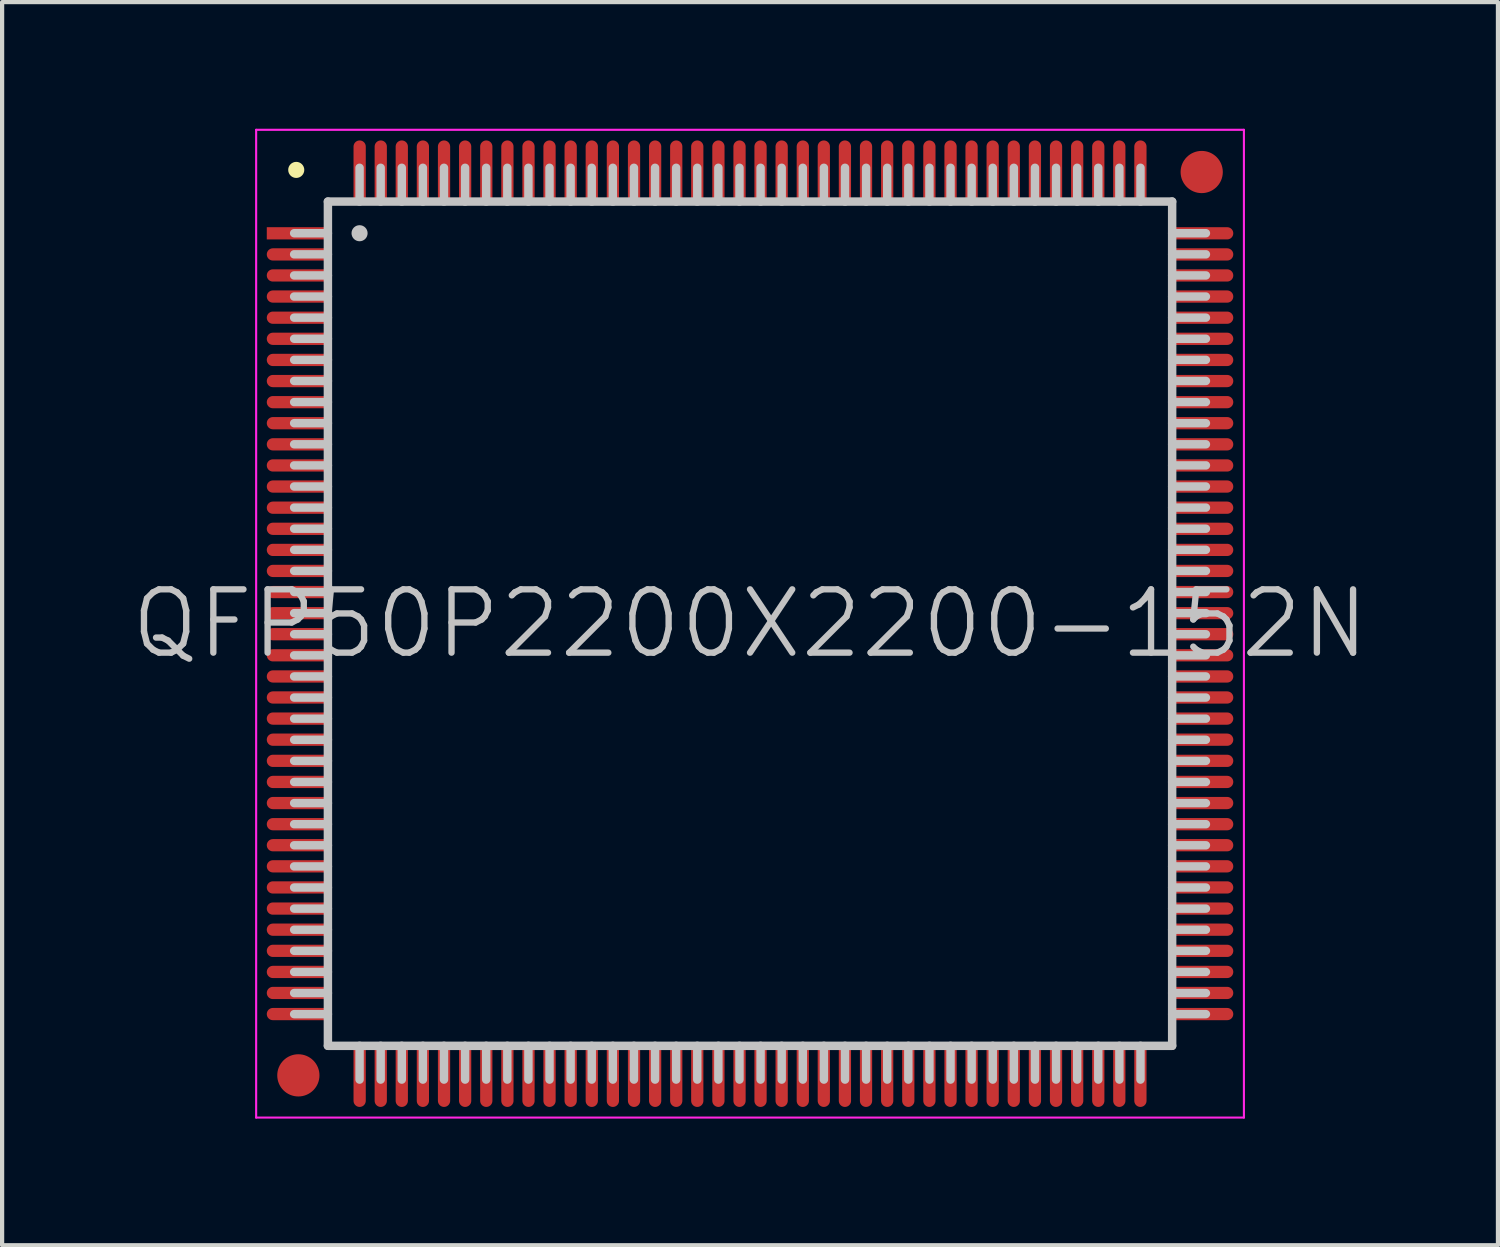
<source format=kicad_pcb>
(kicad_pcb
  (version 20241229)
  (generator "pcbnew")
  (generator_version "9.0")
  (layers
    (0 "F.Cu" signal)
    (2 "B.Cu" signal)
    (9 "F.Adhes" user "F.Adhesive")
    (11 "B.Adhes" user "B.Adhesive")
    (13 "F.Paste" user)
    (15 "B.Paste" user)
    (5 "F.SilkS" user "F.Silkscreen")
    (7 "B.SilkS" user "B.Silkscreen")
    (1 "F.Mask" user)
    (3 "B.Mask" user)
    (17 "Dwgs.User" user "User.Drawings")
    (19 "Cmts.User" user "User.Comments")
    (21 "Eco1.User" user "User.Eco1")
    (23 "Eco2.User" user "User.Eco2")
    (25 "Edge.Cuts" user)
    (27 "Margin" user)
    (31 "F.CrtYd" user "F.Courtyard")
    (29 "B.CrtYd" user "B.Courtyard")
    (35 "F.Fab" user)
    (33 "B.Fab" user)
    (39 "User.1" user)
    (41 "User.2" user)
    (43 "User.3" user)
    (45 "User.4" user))
  (footprint "QFP50P2200X2200-152N"
    (layer "F.Cu")
    (at 14.718 11.725)
    (property "Reference" "QFP50P2200X2200-152N" (at 0 0 0) (layer "Dwgs.User") (effects (font (size 1.5 1.5) (thickness 0.15))))
    (attr smd)
    (fp_line (start -10.75 -10.75) (end -10.75 -10.75) (stroke (width 0.381) (type solid)) (layer "F.SilkS"))
    (fp_line (start -10 -10) (end -10 10) (stroke (width 0.2) (type solid)) (layer "Dwgs.User"))
    (fp_line (start -10 -10) (end 10 -10) (stroke (width 0.2) (type solid)) (layer "Dwgs.User"))
    (fp_line (start -10 -9.25) (end -10.8 -9.25) (stroke (width 0.2) (type solid)) (layer "Dwgs.User"))
    (fp_line (start -10 -8.75) (end -10.8 -8.75) (stroke (width 0.2) (type solid)) (layer "Dwgs.User"))
    (fp_line (start -10 -8.25) (end -10.8 -8.25) (stroke (width 0.2) (type solid)) (layer "Dwgs.User"))
    (fp_line (start -10 -7.75) (end -10.8 -7.75) (stroke (width 0.2) (type solid)) (layer "Dwgs.User"))
    (fp_line (start -10 -7.25) (end -10.8 -7.25) (stroke (width 0.2) (type solid)) (layer "Dwgs.User"))
    (fp_line (start -10 -6.75) (end -10.8 -6.75) (stroke (width 0.2) (type solid)) (layer "Dwgs.User"))
    (fp_line (start -10 -6.25) (end -10.8 -6.25) (stroke (width 0.2) (type solid)) (layer "Dwgs.User"))
    (fp_line (start -10 -5.75) (end -10.8 -5.75) (stroke (width 0.2) (type solid)) (layer "Dwgs.User"))
    (fp_line (start -10 -5.25) (end -10.8 -5.25) (stroke (width 0.2) (type solid)) (layer "Dwgs.User"))
    (fp_line (start -10 -4.75) (end -10.8 -4.75) (stroke (width 0.2) (type solid)) (layer "Dwgs.User"))
    (fp_line (start -10 -4.25) (end -10.8 -4.25) (stroke (width 0.2) (type solid)) (layer "Dwgs.User"))
    (fp_line (start -10 -3.75) (end -10.8 -3.75) (stroke (width 0.2) (type solid)) (layer "Dwgs.User"))
    (fp_line (start -10 -3.25) (end -10.8 -3.25) (stroke (width 0.2) (type solid)) (layer "Dwgs.User"))
    (fp_line (start -10 -2.75) (end -10.8 -2.75) (stroke (width 0.2) (type solid)) (layer "Dwgs.User"))
    (fp_line (start -10 -2.25) (end -10.8 -2.25) (stroke (width 0.2) (type solid)) (layer "Dwgs.User"))
    (fp_line (start -10 -1.75) (end -10.8 -1.75) (stroke (width 0.2) (type solid)) (layer "Dwgs.User"))
    (fp_line (start -10 -1.25) (end -10.8 -1.25) (stroke (width 0.2) (type solid)) (layer "Dwgs.User"))
    (fp_line (start -10 -0.75) (end -10.8 -0.75) (stroke (width 0.2) (type solid)) (layer "Dwgs.User"))
    (fp_line (start -10 -0.25) (end -10.8 -0.25) (stroke (width 0.2) (type solid)) (layer "Dwgs.User"))
    (fp_line (start -10 0.25) (end -10.8 0.25) (stroke (width 0.2) (type solid)) (layer "Dwgs.User"))
    (fp_line (start -10 0.75) (end -10.8 0.75) (stroke (width 0.2) (type solid)) (layer "Dwgs.User"))
    (fp_line (start -10 1.25) (end -10.8 1.25) (stroke (width 0.2) (type solid)) (layer "Dwgs.User"))
    (fp_line (start -10 1.75) (end -10.8 1.75) (stroke (width 0.2) (type solid)) (layer "Dwgs.User"))
    (fp_line (start -10 2.25) (end -10.8 2.25) (stroke (width 0.2) (type solid)) (layer "Dwgs.User"))
    (fp_line (start -10 2.75) (end -10.8 2.75) (stroke (width 0.2) (type solid)) (layer "Dwgs.User"))
    (fp_line (start -10 3.25) (end -10.8 3.25) (stroke (width 0.2) (type solid)) (layer "Dwgs.User"))
    (fp_line (start -10 3.75) (end -10.8 3.75) (stroke (width 0.2) (type solid)) (layer "Dwgs.User"))
    (fp_line (start -10 4.25) (end -10.8 4.25) (stroke (width 0.2) (type solid)) (layer "Dwgs.User"))
    (fp_line (start -10 4.75) (end -10.8 4.75) (stroke (width 0.2) (type solid)) (layer "Dwgs.User"))
    (fp_line (start -10 5.25) (end -10.8 5.25) (stroke (width 0.2) (type solid)) (layer "Dwgs.User"))
    (fp_line (start -10 5.75) (end -10.8 5.75) (stroke (width 0.2) (type solid)) (layer "Dwgs.User"))
    (fp_line (start -10 6.25) (end -10.8 6.25) (stroke (width 0.2) (type solid)) (layer "Dwgs.User"))
    (fp_line (start -10 6.75) (end -10.8 6.75) (stroke (width 0.2) (type solid)) (layer "Dwgs.User"))
    (fp_line (start -10 7.25) (end -10.8 7.25) (stroke (width 0.2) (type solid)) (layer "Dwgs.User"))
    (fp_line (start -10 7.75) (end -10.8 7.75) (stroke (width 0.2) (type solid)) (layer "Dwgs.User"))
    (fp_line (start -10 8.25) (end -10.8 8.25) (stroke (width 0.2) (type solid)) (layer "Dwgs.User"))
    (fp_line (start -10 8.75) (end -10.8 8.75) (stroke (width 0.2) (type solid)) (layer "Dwgs.User"))
    (fp_line (start -10 9.25) (end -10.8 9.25) (stroke (width 0.2) (type solid)) (layer "Dwgs.User"))
    (fp_line (start -10 10) (end 10 10) (stroke (width 0.2) (type solid)) (layer "Dwgs.User"))
    (fp_line (start -9.25 -10) (end -9.25 -10.8) (stroke (width 0.2) (type solid)) (layer "Dwgs.User"))
    (fp_line (start -9.25 -9.25) (end -9.25 -9.25) (stroke (width 0.381) (type solid)) (layer "Dwgs.User"))
    (fp_line (start -9.25 10.8) (end -9.25 10) (stroke (width 0.2) (type solid)) (layer "Dwgs.User"))
    (fp_line (start -8.75 -10) (end -8.75 -10.8) (stroke (width 0.2) (type solid)) (layer "Dwgs.User"))
    (fp_line (start -8.75 10.8) (end -8.75 10) (stroke (width 0.2) (type solid)) (layer "Dwgs.User"))
    (fp_line (start -8.25 -10) (end -8.25 -10.8) (stroke (width 0.2) (type solid)) (layer "Dwgs.User"))
    (fp_line (start -8.25 10.8) (end -8.25 10) (stroke (width 0.2) (type solid)) (layer "Dwgs.User"))
    (fp_line (start -7.75 -10) (end -7.75 -10.8) (stroke (width 0.2) (type solid)) (layer "Dwgs.User"))
    (fp_line (start -7.75 10.8) (end -7.75 10) (stroke (width 0.2) (type solid)) (layer "Dwgs.User"))
    (fp_line (start -7.25 -10) (end -7.25 -10.8) (stroke (width 0.2) (type solid)) (layer "Dwgs.User"))
    (fp_line (start -7.25 10.8) (end -7.25 10) (stroke (width 0.2) (type solid)) (layer "Dwgs.User"))
    (fp_line (start -6.75 -10) (end -6.75 -10.8) (stroke (width 0.2) (type solid)) (layer "Dwgs.User"))
    (fp_line (start -6.75 10.8) (end -6.75 10) (stroke (width 0.2) (type solid)) (layer "Dwgs.User"))
    (fp_line (start -6.25 -10) (end -6.25 -10.8) (stroke (width 0.2) (type solid)) (layer "Dwgs.User"))
    (fp_line (start -6.25 10.8) (end -6.25 10) (stroke (width 0.2) (type solid)) (layer "Dwgs.User"))
    (fp_line (start -5.75 -10) (end -5.75 -10.8) (stroke (width 0.2) (type solid)) (layer "Dwgs.User"))
    (fp_line (start -5.75 10.8) (end -5.75 10) (stroke (width 0.2) (type solid)) (layer "Dwgs.User"))
    (fp_line (start -5.25 -10) (end -5.25 -10.8) (stroke (width 0.2) (type solid)) (layer "Dwgs.User"))
    (fp_line (start -5.25 10.8) (end -5.25 10) (stroke (width 0.2) (type solid)) (layer "Dwgs.User"))
    (fp_line (start -4.75 -10) (end -4.75 -10.8) (stroke (width 0.2) (type solid)) (layer "Dwgs.User"))
    (fp_line (start -4.75 10.8) (end -4.75 10) (stroke (width 0.2) (type solid)) (layer "Dwgs.User"))
    (fp_line (start -4.25 -10) (end -4.25 -10.8) (stroke (width 0.2) (type solid)) (layer "Dwgs.User"))
    (fp_line (start -4.25 10.8) (end -4.25 10) (stroke (width 0.2) (type solid)) (layer "Dwgs.User"))
    (fp_line (start -3.75 -10) (end -3.75 -10.8) (stroke (width 0.2) (type solid)) (layer "Dwgs.User"))
    (fp_line (start -3.75 10.8) (end -3.75 10) (stroke (width 0.2) (type solid)) (layer "Dwgs.User"))
    (fp_line (start -3.25 -10) (end -3.25 -10.8) (stroke (width 0.2) (type solid)) (layer "Dwgs.User"))
    (fp_line (start -3.25 10.8) (end -3.25 10) (stroke (width 0.2) (type solid)) (layer "Dwgs.User"))
    (fp_line (start -2.75 -10) (end -2.75 -10.8) (stroke (width 0.2) (type solid)) (layer "Dwgs.User"))
    (fp_line (start -2.75 10.8) (end -2.75 10) (stroke (width 0.2) (type solid)) (layer "Dwgs.User"))
    (fp_line (start -2.25 -10) (end -2.25 -10.8) (stroke (width 0.2) (type solid)) (layer "Dwgs.User"))
    (fp_line (start -2.25 10.8) (end -2.25 10) (stroke (width 0.2) (type solid)) (layer "Dwgs.User"))
    (fp_line (start -1.75 -10) (end -1.75 -10.8) (stroke (width 0.2) (type solid)) (layer "Dwgs.User"))
    (fp_line (start -1.75 10.8) (end -1.75 10) (stroke (width 0.2) (type solid)) (layer "Dwgs.User"))
    (fp_line (start -1.25 -10) (end -1.25 -10.8) (stroke (width 0.2) (type solid)) (layer "Dwgs.User"))
    (fp_line (start -1.25 10.8) (end -1.25 10) (stroke (width 0.2) (type solid)) (layer "Dwgs.User"))
    (fp_line (start -0.75 -10) (end -0.75 -10.8) (stroke (width 0.2) (type solid)) (layer "Dwgs.User"))
    (fp_line (start -0.75 10.8) (end -0.75 10) (stroke (width 0.2) (type solid)) (layer "Dwgs.User"))
    (fp_line (start -0.25 -10) (end -0.25 -10.8) (stroke (width 0.2) (type solid)) (layer "Dwgs.User"))
    (fp_line (start -0.25 10.8) (end -0.25 10) (stroke (width 0.2) (type solid)) (layer "Dwgs.User"))
    (fp_line (start 0.25 -10) (end 0.25 -10.8) (stroke (width 0.2) (type solid)) (layer "Dwgs.User"))
    (fp_line (start 0.25 10.8) (end 0.25 10) (stroke (width 0.2) (type solid)) (layer "Dwgs.User"))
    (fp_line (start 0.75 -10) (end 0.75 -10.8) (stroke (width 0.2) (type solid)) (layer "Dwgs.User"))
    (fp_line (start 0.75 10.8) (end 0.75 10) (stroke (width 0.2) (type solid)) (layer "Dwgs.User"))
    (fp_line (start 1.25 -10) (end 1.25 -10.8) (stroke (width 0.2) (type solid)) (layer "Dwgs.User"))
    (fp_line (start 1.25 10.8) (end 1.25 10) (stroke (width 0.2) (type solid)) (layer "Dwgs.User"))
    (fp_line (start 1.75 -10) (end 1.75 -10.8) (stroke (width 0.2) (type solid)) (layer "Dwgs.User"))
    (fp_line (start 1.75 10.8) (end 1.75 10) (stroke (width 0.2) (type solid)) (layer "Dwgs.User"))
    (fp_line (start 2.25 -10) (end 2.25 -10.8) (stroke (width 0.2) (type solid)) (layer "Dwgs.User"))
    (fp_line (start 2.25 10.8) (end 2.25 10) (stroke (width 0.2) (type solid)) (layer "Dwgs.User"))
    (fp_line (start 2.75 -10) (end 2.75 -10.8) (stroke (width 0.2) (type solid)) (layer "Dwgs.User"))
    (fp_line (start 2.75 10.8) (end 2.75 10) (stroke (width 0.2) (type solid)) (layer "Dwgs.User"))
    (fp_line (start 3.25 -10) (end 3.25 -10.8) (stroke (width 0.2) (type solid)) (layer "Dwgs.User"))
    (fp_line (start 3.25 10.8) (end 3.25 10) (stroke (width 0.2) (type solid)) (layer "Dwgs.User"))
    (fp_line (start 3.75 -10) (end 3.75 -10.8) (stroke (width 0.2) (type solid)) (layer "Dwgs.User"))
    (fp_line (start 3.75 10.8) (end 3.75 10) (stroke (width 0.2) (type solid)) (layer "Dwgs.User"))
    (fp_line (start 4.25 -10) (end 4.25 -10.8) (stroke (width 0.2) (type solid)) (layer "Dwgs.User"))
    (fp_line (start 4.25 10.8) (end 4.25 10) (stroke (width 0.2) (type solid)) (layer "Dwgs.User"))
    (fp_line (start 4.75 -10) (end 4.75 -10.8) (stroke (width 0.2) (type solid)) (layer "Dwgs.User"))
    (fp_line (start 4.75 10.8) (end 4.75 10) (stroke (width 0.2) (type solid)) (layer "Dwgs.User"))
    (fp_line (start 5.25 -10) (end 5.25 -10.8) (stroke (width 0.2) (type solid)) (layer "Dwgs.User"))
    (fp_line (start 5.25 10.8) (end 5.25 10) (stroke (width 0.2) (type solid)) (layer "Dwgs.User"))
    (fp_line (start 5.75 -10) (end 5.75 -10.8) (stroke (width 0.2) (type solid)) (layer "Dwgs.User"))
    (fp_line (start 5.75 10.8) (end 5.75 10) (stroke (width 0.2) (type solid)) (layer "Dwgs.User"))
    (fp_line (start 6.25 -10) (end 6.25 -10.8) (stroke (width 0.2) (type solid)) (layer "Dwgs.User"))
    (fp_line (start 6.25 10.8) (end 6.25 10) (stroke (width 0.2) (type solid)) (layer "Dwgs.User"))
    (fp_line (start 6.75 -10) (end 6.75 -10.8) (stroke (width 0.2) (type solid)) (layer "Dwgs.User"))
    (fp_line (start 6.75 10.8) (end 6.75 10) (stroke (width 0.2) (type solid)) (layer "Dwgs.User"))
    (fp_line (start 7.25 -10) (end 7.25 -10.8) (stroke (width 0.2) (type solid)) (layer "Dwgs.User"))
    (fp_line (start 7.25 10.8) (end 7.25 10) (stroke (width 0.2) (type solid)) (layer "Dwgs.User"))
    (fp_line (start 7.75 -10) (end 7.75 -10.8) (stroke (width 0.2) (type solid)) (layer "Dwgs.User"))
    (fp_line (start 7.75 10.8) (end 7.75 10) (stroke (width 0.2) (type solid)) (layer "Dwgs.User"))
    (fp_line (start 8.25 -10) (end 8.25 -10.8) (stroke (width 0.2) (type solid)) (layer "Dwgs.User"))
    (fp_line (start 8.25 10.8) (end 8.25 10) (stroke (width 0.2) (type solid)) (layer "Dwgs.User"))
    (fp_line (start 8.75 -10) (end 8.75 -10.8) (stroke (width 0.2) (type solid)) (layer "Dwgs.User"))
    (fp_line (start 8.75 10.8) (end 8.75 10) (stroke (width 0.2) (type solid)) (layer "Dwgs.User"))
    (fp_line (start 9.25 -10) (end 9.25 -10.8) (stroke (width 0.2) (type solid)) (layer "Dwgs.User"))
    (fp_line (start 9.25 10.8) (end 9.25 10) (stroke (width 0.2) (type solid)) (layer "Dwgs.User"))
    (fp_line (start 10 -10) (end 10 10) (stroke (width 0.2) (type solid)) (layer "Dwgs.User"))
    (fp_line (start 10.8 -9.25) (end 10 -9.25) (stroke (width 0.2) (type solid)) (layer "Dwgs.User"))
    (fp_line (start 10.8 -8.75) (end 10 -8.75) (stroke (width 0.2) (type solid)) (layer "Dwgs.User"))
    (fp_line (start 10.8 -8.25) (end 10 -8.25) (stroke (width 0.2) (type solid)) (layer "Dwgs.User"))
    (fp_line (start 10.8 -7.75) (end 10 -7.75) (stroke (width 0.2) (type solid)) (layer "Dwgs.User"))
    (fp_line (start 10.8 -7.25) (end 10 -7.25) (stroke (width 0.2) (type solid)) (layer "Dwgs.User"))
    (fp_line (start 10.8 -6.75) (end 10 -6.75) (stroke (width 0.2) (type solid)) (layer "Dwgs.User"))
    (fp_line (start 10.8 -6.25) (end 10 -6.25) (stroke (width 0.2) (type solid)) (layer "Dwgs.User"))
    (fp_line (start 10.8 -5.75) (end 10 -5.75) (stroke (width 0.2) (type solid)) (layer "Dwgs.User"))
    (fp_line (start 10.8 -5.25) (end 10 -5.25) (stroke (width 0.2) (type solid)) (layer "Dwgs.User"))
    (fp_line (start 10.8 -4.75) (end 10 -4.75) (stroke (width 0.2) (type solid)) (layer "Dwgs.User"))
    (fp_line (start 10.8 -4.25) (end 10 -4.25) (stroke (width 0.2) (type solid)) (layer "Dwgs.User"))
    (fp_line (start 10.8 -3.75) (end 10 -3.75) (stroke (width 0.2) (type solid)) (layer "Dwgs.User"))
    (fp_line (start 10.8 -3.25) (end 10 -3.25) (stroke (width 0.2) (type solid)) (layer "Dwgs.User"))
    (fp_line (start 10.8 -2.75) (end 10 -2.75) (stroke (width 0.2) (type solid)) (layer "Dwgs.User"))
    (fp_line (start 10.8 -2.25) (end 10 -2.25) (stroke (width 0.2) (type solid)) (layer "Dwgs.User"))
    (fp_line (start 10.8 -1.75) (end 10 -1.75) (stroke (width 0.2) (type solid)) (layer "Dwgs.User"))
    (fp_line (start 10.8 -1.25) (end 10 -1.25) (stroke (width 0.2) (type solid)) (layer "Dwgs.User"))
    (fp_line (start 10.8 -0.75) (end 10 -0.75) (stroke (width 0.2) (type solid)) (layer "Dwgs.User"))
    (fp_line (start 10.8 -0.25) (end 10 -0.25) (stroke (width 0.2) (type solid)) (layer "Dwgs.User"))
    (fp_line (start 10.8 0.25) (end 10 0.25) (stroke (width 0.2) (type solid)) (layer "Dwgs.User"))
    (fp_line (start 10.8 0.75) (end 10 0.75) (stroke (width 0.2) (type solid)) (layer "Dwgs.User"))
    (fp_line (start 10.8 1.25) (end 10 1.25) (stroke (width 0.2) (type solid)) (layer "Dwgs.User"))
    (fp_line (start 10.8 1.75) (end 10 1.75) (stroke (width 0.2) (type solid)) (layer "Dwgs.User"))
    (fp_line (start 10.8 2.25) (end 10 2.25) (stroke (width 0.2) (type solid)) (layer "Dwgs.User"))
    (fp_line (start 10.8 2.75) (end 10 2.75) (stroke (width 0.2) (type solid)) (layer "Dwgs.User"))
    (fp_line (start 10.8 3.25) (end 10 3.25) (stroke (width 0.2) (type solid)) (layer "Dwgs.User"))
    (fp_line (start 10.8 3.75) (end 10 3.75) (stroke (width 0.2) (type solid)) (layer "Dwgs.User"))
    (fp_line (start 10.8 4.25) (end 10 4.25) (stroke (width 0.2) (type solid)) (layer "Dwgs.User"))
    (fp_line (start 10.8 4.75) (end 10 4.75) (stroke (width 0.2) (type solid)) (layer "Dwgs.User"))
    (fp_line (start 10.8 5.25) (end 10 5.25) (stroke (width 0.2) (type solid)) (layer "Dwgs.User"))
    (fp_line (start 10.8 5.75) (end 10 5.75) (stroke (width 0.2) (type solid)) (layer "Dwgs.User"))
    (fp_line (start 10.8 6.25) (end 10 6.25) (stroke (width 0.2) (type solid)) (layer "Dwgs.User"))
    (fp_line (start 10.8 6.75) (end 10 6.75) (stroke (width 0.2) (type solid)) (layer "Dwgs.User"))
    (fp_line (start 10.8 7.25) (end 10 7.25) (stroke (width 0.2) (type solid)) (layer "Dwgs.User"))
    (fp_line (start 10.8 7.75) (end 10 7.75) (stroke (width 0.2) (type solid)) (layer "Dwgs.User"))
    (fp_line (start 10.8 8.25) (end 10 8.25) (stroke (width 0.2) (type solid)) (layer "Dwgs.User"))
    (fp_line (start 10.8 8.75) (end 10 8.75) (stroke (width 0.2) (type solid)) (layer "Dwgs.User"))
    (fp_line (start 10.8 9.25) (end 10 9.25) (stroke (width 0.2) (type solid)) (layer "Dwgs.User"))
    (fp_line (start -11.7 -11.7) (end -11.7 11.7) (stroke (width 0.05) (type solid)) (layer "F.CrtYd"))
    (fp_line (start -11.7 -11.7) (end 11.7 -11.7) (stroke (width 0.05) (type solid)) (layer "F.CrtYd"))
    (fp_line (start -11.7 11.7) (end 11.7 11.7) (stroke (width 0.05) (type solid)) (layer "F.CrtYd"))
    (fp_line (start 11.7 -11.7) (end 11.7 11.7) (stroke (width 0.05) (type solid)) (layer "F.CrtYd"))
    (pad "" smd circle (at -10.7 10.7) (size 1 1) (layers "F.Cu" "F.Mask"))
    (pad "" smd circle (at 10.7 -10.7) (size 1 1) (layers "F.Cu" "F.Mask"))
    (pad "1" smd rect (at -10.698 -9.248 90) (size 0.29 1.5) (layers "F.Cu" "F.Mask" "F.Paste"))
    (pad "2" smd oval (at -10.698 -8.748 90) (size 0.29 1.5) (layers "F.Cu" "F.Mask" "F.Paste"))
    (pad "3" smd oval (at -10.698 -8.25 90) (size 0.29 1.5) (layers "F.Cu" "F.Mask" "F.Paste"))
    (pad "4" smd oval (at -10.698 -7.75 90) (size 0.29 1.5) (layers "F.Cu" "F.Mask" "F.Paste"))
    (pad "5" smd oval (at -10.698 -7.249 90) (size 0.29 1.5) (layers "F.Cu" "F.Mask" "F.Paste"))
    (pad "6" smd oval (at -10.698 -6.749 90) (size 0.29 1.5) (layers "F.Cu" "F.Mask" "F.Paste"))
    (pad "7" smd oval (at -10.698 -6.248 90) (size 0.29 1.5) (layers "F.Cu" "F.Mask" "F.Paste"))
    (pad "8" smd oval (at -10.698 -5.748 90) (size 0.29 1.5) (layers "F.Cu" "F.Mask" "F.Paste"))
    (pad "9" smd oval (at -10.698 -5.248 90) (size 0.29 1.5) (layers "F.Cu" "F.Mask" "F.Paste"))
    (pad "10" smd oval (at -10.698 -4.75 90) (size 0.29 1.5) (layers "F.Cu" "F.Mask" "F.Paste"))
    (pad "11" smd oval (at -10.698 -4.249 90) (size 0.29 1.5) (layers "F.Cu" "F.Mask" "F.Paste"))
    (pad "12" smd oval (at -10.698 -3.749 90) (size 0.29 1.5) (layers "F.Cu" "F.Mask" "F.Paste"))
    (pad "13" smd oval (at -10.698 -3.249 90) (size 0.29 1.5) (layers "F.Cu" "F.Mask" "F.Paste"))
    (pad "14" smd oval (at -10.698 -2.748 90) (size 0.29 1.5) (layers "F.Cu" "F.Mask" "F.Paste"))
    (pad "15" smd oval (at -10.698 -2.248 90) (size 0.29 1.5) (layers "F.Cu" "F.Mask" "F.Paste"))
    (pad "16" smd oval (at -10.698 -1.748 90) (size 0.29 1.5) (layers "F.Cu" "F.Mask" "F.Paste"))
    (pad "17" smd oval (at -10.698 -1.25 90) (size 0.29 1.5) (layers "F.Cu" "F.Mask" "F.Paste"))
    (pad "18" smd oval (at -10.698 -0.749 90) (size 0.29 1.5) (layers "F.Cu" "F.Mask" "F.Paste"))
    (pad "19" smd oval (at -10.698 -0.249 90) (size 0.29 1.5) (layers "F.Cu" "F.Mask" "F.Paste"))
    (pad "20" smd oval (at -10.698 0.249 90) (size 0.29 1.5) (layers "F.Cu" "F.Mask" "F.Paste"))
    (pad "21" smd oval (at -10.698 0.749 90) (size 0.29 1.5) (layers "F.Cu" "F.Mask" "F.Paste"))
    (pad "22" smd oval (at -10.698 1.25 90) (size 0.29 1.5) (layers "F.Cu" "F.Mask" "F.Paste"))
    (pad "23" smd oval (at -10.698 1.748 90) (size 0.29 1.5) (layers "F.Cu" "F.Mask" "F.Paste"))
    (pad "24" smd oval (at -10.698 2.248 90) (size 0.29 1.5) (layers "F.Cu" "F.Mask" "F.Paste"))
    (pad "25" smd oval (at -10.698 2.748 90) (size 0.29 1.5) (layers "F.Cu" "F.Mask" "F.Paste"))
    (pad "26" smd oval (at -10.698 3.249 90) (size 0.29 1.5) (layers "F.Cu" "F.Mask" "F.Paste"))
    (pad "27" smd oval (at -10.698 3.749 90) (size 0.29 1.5) (layers "F.Cu" "F.Mask" "F.Paste"))
    (pad "28" smd oval (at -10.698 4.249 90) (size 0.29 1.5) (layers "F.Cu" "F.Mask" "F.Paste"))
    (pad "29" smd oval (at -10.698 4.75 90) (size 0.29 1.5) (layers "F.Cu" "F.Mask" "F.Paste"))
    (pad "30" smd oval (at -10.698 5.248 90) (size 0.29 1.5) (layers "F.Cu" "F.Mask" "F.Paste"))
    (pad "31" smd oval (at -10.698 5.748 90) (size 0.29 1.5) (layers "F.Cu" "F.Mask" "F.Paste"))
    (pad "32" smd oval (at -10.698 6.248 90) (size 0.29 1.5) (layers "F.Cu" "F.Mask" "F.Paste"))
    (pad "33" smd oval (at -10.698 6.749 90) (size 0.29 1.5) (layers "F.Cu" "F.Mask" "F.Paste"))
    (pad "34" smd oval (at -10.698 7.249 90) (size 0.29 1.5) (layers "F.Cu" "F.Mask" "F.Paste"))
    (pad "35" smd oval (at -10.698 7.75 90) (size 0.29 1.5) (layers "F.Cu" "F.Mask" "F.Paste"))
    (pad "36" smd oval (at -10.698 8.25 90) (size 0.29 1.5) (layers "F.Cu" "F.Mask" "F.Paste"))
    (pad "37" smd oval (at -10.698 8.748 90) (size 0.29 1.5) (layers "F.Cu" "F.Mask" "F.Paste"))
    (pad "38" smd oval (at -10.698 9.248 90) (size 0.29 1.5) (layers "F.Cu" "F.Mask" "F.Paste"))
    (pad "39" smd oval (at -9.248 10.698 180) (size 0.29 1.5) (layers "F.Cu" "F.Mask" "F.Paste"))
    (pad "40" smd oval (at -8.748 10.698 180) (size 0.29 1.5) (layers "F.Cu" "F.Mask" "F.Paste"))
    (pad "41" smd oval (at -8.25 10.698 180) (size 0.29 1.5) (layers "F.Cu" "F.Mask" "F.Paste"))
    (pad "42" smd oval (at -7.75 10.698 180) (size 0.29 1.5) (layers "F.Cu" "F.Mask" "F.Paste"))
    (pad "43" smd oval (at -7.249 10.698 180) (size 0.29 1.5) (layers "F.Cu" "F.Mask" "F.Paste"))
    (pad "44" smd oval (at -6.749 10.698 180) (size 0.29 1.5) (layers "F.Cu" "F.Mask" "F.Paste"))
    (pad "45" smd oval (at -6.248 10.698 180) (size 0.29 1.5) (layers "F.Cu" "F.Mask" "F.Paste"))
    (pad "46" smd oval (at -5.748 10.698 180) (size 0.29 1.5) (layers "F.Cu" "F.Mask" "F.Paste"))
    (pad "47" smd oval (at -5.248 10.698 180) (size 0.29 1.5) (layers "F.Cu" "F.Mask" "F.Paste"))
    (pad "48" smd oval (at -4.75 10.698 180) (size 0.29 1.5) (layers "F.Cu" "F.Mask" "F.Paste"))
    (pad "49" smd oval (at -4.249 10.698 180) (size 0.29 1.5) (layers "F.Cu" "F.Mask" "F.Paste"))
    (pad "50" smd oval (at -3.749 10.698 180) (size 0.29 1.5) (layers "F.Cu" "F.Mask" "F.Paste"))
    (pad "51" smd oval (at -3.249 10.698 180) (size 0.29 1.5) (layers "F.Cu" "F.Mask" "F.Paste"))
    (pad "52" smd oval (at -2.748 10.698 180) (size 0.29 1.5) (layers "F.Cu" "F.Mask" "F.Paste"))
    (pad "53" smd oval (at -2.248 10.698 180) (size 0.29 1.5) (layers "F.Cu" "F.Mask" "F.Paste"))
    (pad "54" smd oval (at -1.748 10.698 180) (size 0.29 1.5) (layers "F.Cu" "F.Mask" "F.Paste"))
    (pad "55" smd oval (at -1.25 10.698 180) (size 0.29 1.5) (layers "F.Cu" "F.Mask" "F.Paste"))
    (pad "56" smd oval (at -0.749 10.698 180) (size 0.29 1.5) (layers "F.Cu" "F.Mask" "F.Paste"))
    (pad "57" smd oval (at -0.249 10.698 180) (size 0.29 1.5) (layers "F.Cu" "F.Mask" "F.Paste"))
    (pad "58" smd oval (at 0.249 10.698 180) (size 0.29 1.5) (layers "F.Cu" "F.Mask" "F.Paste"))
    (pad "59" smd oval (at 0.749 10.698 180) (size 0.29 1.5) (layers "F.Cu" "F.Mask" "F.Paste"))
    (pad "60" smd oval (at 1.25 10.698 180) (size 0.29 1.5) (layers "F.Cu" "F.Mask" "F.Paste"))
    (pad "61" smd oval (at 1.748 10.698 180) (size 0.29 1.5) (layers "F.Cu" "F.Mask" "F.Paste"))
    (pad "62" smd oval (at 2.248 10.698 180) (size 0.29 1.5) (layers "F.Cu" "F.Mask" "F.Paste"))
    (pad "63" smd oval (at 2.748 10.698 180) (size 0.29 1.5) (layers "F.Cu" "F.Mask" "F.Paste"))
    (pad "64" smd oval (at 3.249 10.698 180) (size 0.29 1.5) (layers "F.Cu" "F.Mask" "F.Paste"))
    (pad "65" smd oval (at 3.749 10.698 180) (size 0.29 1.5) (layers "F.Cu" "F.Mask" "F.Paste"))
    (pad "66" smd oval (at 4.249 10.698 180) (size 0.29 1.5) (layers "F.Cu" "F.Mask" "F.Paste"))
    (pad "67" smd oval (at 4.75 10.698 180) (size 0.29 1.5) (layers "F.Cu" "F.Mask" "F.Paste"))
    (pad "68" smd oval (at 5.248 10.698 180) (size 0.29 1.5) (layers "F.Cu" "F.Mask" "F.Paste"))
    (pad "69" smd oval (at 5.748 10.698 180) (size 0.29 1.5) (layers "F.Cu" "F.Mask" "F.Paste"))
    (pad "70" smd oval (at 6.248 10.698 180) (size 0.29 1.5) (layers "F.Cu" "F.Mask" "F.Paste"))
    (pad "71" smd oval (at 6.749 10.698 180) (size 0.29 1.5) (layers "F.Cu" "F.Mask" "F.Paste"))
    (pad "72" smd oval (at 7.249 10.698 180) (size 0.29 1.5) (layers "F.Cu" "F.Mask" "F.Paste"))
    (pad "73" smd oval (at 7.75 10.698 180) (size 0.29 1.5) (layers "F.Cu" "F.Mask" "F.Paste"))
    (pad "74" smd oval (at 8.25 10.698 180) (size 0.29 1.5) (layers "F.Cu" "F.Mask" "F.Paste"))
    (pad "75" smd oval (at 8.748 10.698 180) (size 0.29 1.5) (layers "F.Cu" "F.Mask" "F.Paste"))
    (pad "76" smd oval (at 9.248 10.698 180) (size 0.29 1.5) (layers "F.Cu" "F.Mask" "F.Paste"))
    (pad "77" smd oval (at 10.698 9.248 270) (size 0.29 1.5) (layers "F.Cu" "F.Mask" "F.Paste"))
    (pad "78" smd oval (at 10.698 8.748 270) (size 0.29 1.5) (layers "F.Cu" "F.Mask" "F.Paste"))
    (pad "79" smd oval (at 10.698 8.25 270) (size 0.29 1.5) (layers "F.Cu" "F.Mask" "F.Paste"))
    (pad "80" smd oval (at 10.698 7.75 270) (size 0.29 1.5) (layers "F.Cu" "F.Mask" "F.Paste"))
    (pad "81" smd oval (at 10.698 7.249 270) (size 0.29 1.5) (layers "F.Cu" "F.Mask" "F.Paste"))
    (pad "82" smd oval (at 10.698 6.749 270) (size 0.29 1.5) (layers "F.Cu" "F.Mask" "F.Paste"))
    (pad "83" smd oval (at 10.698 6.248 270) (size 0.29 1.5) (layers "F.Cu" "F.Mask" "F.Paste"))
    (pad "84" smd oval (at 10.698 5.748 270) (size 0.29 1.5) (layers "F.Cu" "F.Mask" "F.Paste"))
    (pad "85" smd oval (at 10.698 5.248 270) (size 0.29 1.5) (layers "F.Cu" "F.Mask" "F.Paste"))
    (pad "86" smd oval (at 10.698 4.75 270) (size 0.29 1.5) (layers "F.Cu" "F.Mask" "F.Paste"))
    (pad "87" smd oval (at 10.698 4.249 270) (size 0.29 1.5) (layers "F.Cu" "F.Mask" "F.Paste"))
    (pad "88" smd oval (at 10.698 3.749 270) (size 0.29 1.5) (layers "F.Cu" "F.Mask" "F.Paste"))
    (pad "89" smd oval (at 10.698 3.249 270) (size 0.29 1.5) (layers "F.Cu" "F.Mask" "F.Paste"))
    (pad "90" smd oval (at 10.698 2.748 270) (size 0.29 1.5) (layers "F.Cu" "F.Mask" "F.Paste"))
    (pad "91" smd oval (at 10.698 2.248 270) (size 0.29 1.5) (layers "F.Cu" "F.Mask" "F.Paste"))
    (pad "92" smd oval (at 10.698 1.748 270) (size 0.29 1.5) (layers "F.Cu" "F.Mask" "F.Paste"))
    (pad "93" smd oval (at 10.698 1.25 270) (size 0.29 1.5) (layers "F.Cu" "F.Mask" "F.Paste"))
    (pad "94" smd oval (at 10.698 0.749 270) (size 0.29 1.5) (layers "F.Cu" "F.Mask" "F.Paste"))
    (pad "95" smd oval (at 10.698 0.249 270) (size 0.29 1.5) (layers "F.Cu" "F.Mask" "F.Paste"))
    (pad "96" smd oval (at 10.698 -0.249 270) (size 0.29 1.5) (layers "F.Cu" "F.Mask" "F.Paste"))
    (pad "97" smd oval (at 10.698 -0.749 270) (size 0.29 1.5) (layers "F.Cu" "F.Mask" "F.Paste"))
    (pad "98" smd oval (at 10.698 -1.25 270) (size 0.29 1.5) (layers "F.Cu" "F.Mask" "F.Paste"))
    (pad "99" smd oval (at 10.698 -1.748 270) (size 0.29 1.5) (layers "F.Cu" "F.Mask" "F.Paste"))
    (pad "100" smd oval (at 10.698 -2.248 270) (size 0.29 1.5) (layers "F.Cu" "F.Mask" "F.Paste"))
    (pad "101" smd oval (at 10.698 -2.748 270) (size 0.29 1.5) (layers "F.Cu" "F.Mask" "F.Paste"))
    (pad "102" smd oval (at 10.698 -3.249 270) (size 0.29 1.5) (layers "F.Cu" "F.Mask" "F.Paste"))
    (pad "103" smd oval (at 10.698 -3.749 270) (size 0.29 1.5) (layers "F.Cu" "F.Mask" "F.Paste"))
    (pad "104" smd oval (at 10.698 -4.249 270) (size 0.29 1.5) (layers "F.Cu" "F.Mask" "F.Paste"))
    (pad "105" smd oval (at 10.698 -4.75 270) (size 0.29 1.5) (layers "F.Cu" "F.Mask" "F.Paste"))
    (pad "106" smd oval (at 10.698 -5.248 270) (size 0.29 1.5) (layers "F.Cu" "F.Mask" "F.Paste"))
    (pad "107" smd oval (at 10.698 -5.748 270) (size 0.29 1.5) (layers "F.Cu" "F.Mask" "F.Paste"))
    (pad "108" smd oval (at 10.698 -6.248 270) (size 0.29 1.5) (layers "F.Cu" "F.Mask" "F.Paste"))
    (pad "109" smd oval (at 10.698 -6.749 270) (size 0.29 1.5) (layers "F.Cu" "F.Mask" "F.Paste"))
    (pad "110" smd oval (at 10.698 -7.249 270) (size 0.29 1.5) (layers "F.Cu" "F.Mask" "F.Paste"))
    (pad "111" smd oval (at 10.698 -7.75 270) (size 0.29 1.5) (layers "F.Cu" "F.Mask" "F.Paste"))
    (pad "112" smd oval (at 10.698 -8.25 270) (size 0.29 1.5) (layers "F.Cu" "F.Mask" "F.Paste"))
    (pad "113" smd oval (at 10.698 -8.748 270) (size 0.29 1.5) (layers "F.Cu" "F.Mask" "F.Paste"))
    (pad "114" smd oval (at 10.698 -9.248 270) (size 0.29 1.5) (layers "F.Cu" "F.Mask" "F.Paste"))
    (pad "115" smd oval (at 9.248 -10.698) (size 0.29 1.5) (layers "F.Cu" "F.Mask" "F.Paste"))
    (pad "116" smd oval (at 8.748 -10.698) (size 0.29 1.5) (layers "F.Cu" "F.Mask" "F.Paste"))
    (pad "117" smd oval (at 8.25 -10.698) (size 0.29 1.5) (layers "F.Cu" "F.Mask" "F.Paste"))
    (pad "118" smd oval (at 7.75 -10.698) (size 0.29 1.5) (layers "F.Cu" "F.Mask" "F.Paste"))
    (pad "119" smd oval (at 7.249 -10.698) (size 0.29 1.5) (layers "F.Cu" "F.Mask" "F.Paste"))
    (pad "120" smd oval (at 6.749 -10.698) (size 0.29 1.5) (layers "F.Cu" "F.Mask" "F.Paste"))
    (pad "121" smd oval (at 6.248 -10.698) (size 0.29 1.5) (layers "F.Cu" "F.Mask" "F.Paste"))
    (pad "122" smd oval (at 5.748 -10.698) (size 0.29 1.5) (layers "F.Cu" "F.Mask" "F.Paste"))
    (pad "123" smd oval (at 5.248 -10.698) (size 0.29 1.5) (layers "F.Cu" "F.Mask" "F.Paste"))
    (pad "124" smd oval (at 4.75 -10.698) (size 0.29 1.5) (layers "F.Cu" "F.Mask" "F.Paste"))
    (pad "125" smd oval (at 4.249 -10.698) (size 0.29 1.5) (layers "F.Cu" "F.Mask" "F.Paste"))
    (pad "126" smd oval (at 3.749 -10.698) (size 0.29 1.5) (layers "F.Cu" "F.Mask" "F.Paste"))
    (pad "127" smd oval (at 3.249 -10.698) (size 0.29 1.5) (layers "F.Cu" "F.Mask" "F.Paste"))
    (pad "128" smd oval (at 2.748 -10.698) (size 0.29 1.5) (layers "F.Cu" "F.Mask" "F.Paste"))
    (pad "129" smd oval (at 2.248 -10.698) (size 0.29 1.5) (layers "F.Cu" "F.Mask" "F.Paste"))
    (pad "130" smd oval (at 1.748 -10.698) (size 0.29 1.5) (layers "F.Cu" "F.Mask" "F.Paste"))
    (pad "131" smd oval (at 1.25 -10.698) (size 0.29 1.5) (layers "F.Cu" "F.Mask" "F.Paste"))
    (pad "132" smd oval (at 0.749 -10.698) (size 0.29 1.5) (layers "F.Cu" "F.Mask" "F.Paste"))
    (pad "133" smd oval (at 0.249 -10.698) (size 0.29 1.5) (layers "F.Cu" "F.Mask" "F.Paste"))
    (pad "134" smd oval (at -0.249 -10.698) (size 0.29 1.5) (layers "F.Cu" "F.Mask" "F.Paste"))
    (pad "135" smd oval (at -0.749 -10.698) (size 0.29 1.5) (layers "F.Cu" "F.Mask" "F.Paste"))
    (pad "136" smd oval (at -1.25 -10.698) (size 0.29 1.5) (layers "F.Cu" "F.Mask" "F.Paste"))
    (pad "137" smd oval (at -1.748 -10.698) (size 0.29 1.5) (layers "F.Cu" "F.Mask" "F.Paste"))
    (pad "138" smd oval (at -2.248 -10.698) (size 0.29 1.5) (layers "F.Cu" "F.Mask" "F.Paste"))
    (pad "139" smd oval (at -2.748 -10.698) (size 0.29 1.5) (layers "F.Cu" "F.Mask" "F.Paste"))
    (pad "140" smd oval (at -3.249 -10.698) (size 0.29 1.5) (layers "F.Cu" "F.Mask" "F.Paste"))
    (pad "141" smd oval (at -3.749 -10.698) (size 0.29 1.5) (layers "F.Cu" "F.Mask" "F.Paste"))
    (pad "142" smd oval (at -4.249 -10.698) (size 0.29 1.5) (layers "F.Cu" "F.Mask" "F.Paste"))
    (pad "143" smd oval (at -4.75 -10.698) (size 0.29 1.5) (layers "F.Cu" "F.Mask" "F.Paste"))
    (pad "144" smd oval (at -5.248 -10.698) (size 0.29 1.5) (layers "F.Cu" "F.Mask" "F.Paste"))
    (pad "145" smd oval (at -5.748 -10.698) (size 0.29 1.5) (layers "F.Cu" "F.Mask" "F.Paste"))
    (pad "146" smd oval (at -6.248 -10.698) (size 0.29 1.5) (layers "F.Cu" "F.Mask" "F.Paste"))
    (pad "147" smd oval (at -6.749 -10.698) (size 0.29 1.5) (layers "F.Cu" "F.Mask" "F.Paste"))
    (pad "148" smd oval (at -7.249 -10.698) (size 0.29 1.5) (layers "F.Cu" "F.Mask" "F.Paste"))
    (pad "149" smd oval (at -7.75 -10.698) (size 0.29 1.5) (layers "F.Cu" "F.Mask" "F.Paste"))
    (pad "150" smd oval (at -8.25 -10.698) (size 0.29 1.5) (layers "F.Cu" "F.Mask" "F.Paste"))
    (pad "151" smd oval (at -8.748 -10.698) (size 0.29 1.5) (layers "F.Cu" "F.Mask" "F.Paste"))
    (pad "152" smd oval (at -9.248 -10.698) (size 0.29 1.5) (layers "F.Cu" "F.Mask" "F.Paste")))
  (gr_rect
    (start -3 -3)
    (end 32.436 26.45)
    (stroke (width 0.1) (type default))
    (fill no)
    (layer "Edge.Cuts")))
</source>
